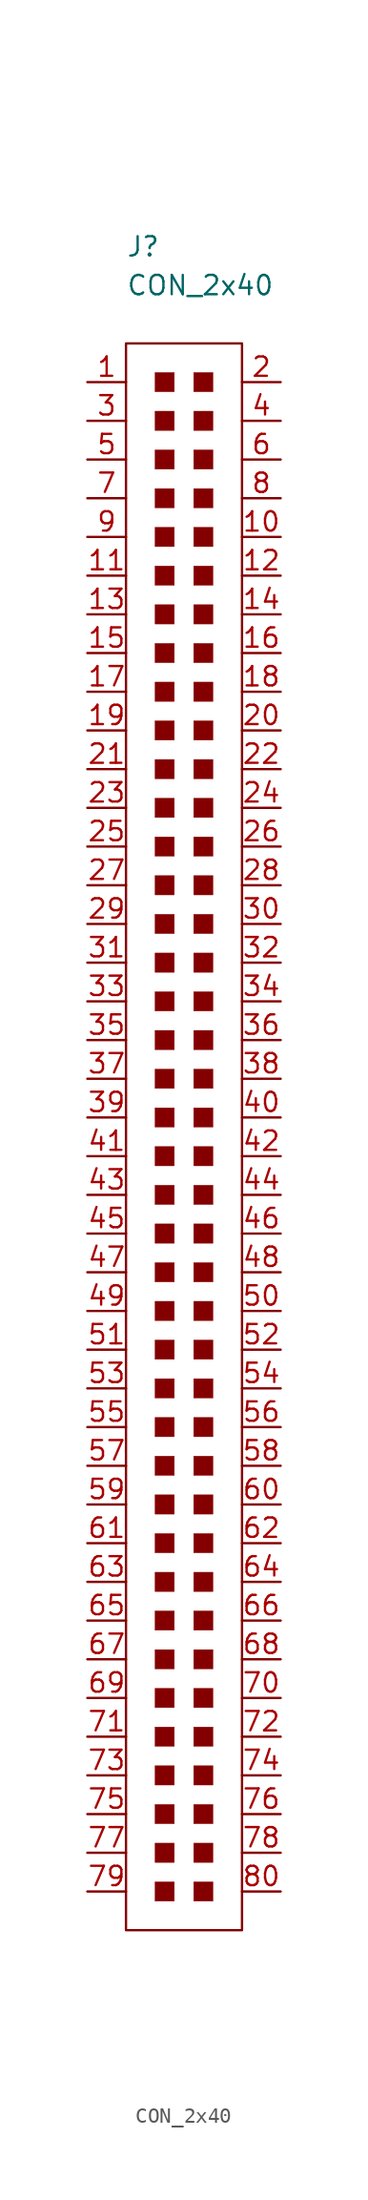
<source format=kicad_sym>
(kicad_symbol_lib
  (version 20211014)
  (generator kicad_symbol_editor)
  (symbol "CON_2x40"
    (pin_names
      (offset 1.016))
    (property "Reference" "J"
      (at -5.08 21.59 0)
      (effects (font (size 1.27 1.27)) (justify left)))
    (property "Value" "CON_2x40"
      (at -5.08 19.05 0)
      (effects (font (size 1.27 1.27)) (justify left)))
    (symbol "CON_2x40_0_1"
      (rectangle (start -5.08 15.24) (end 2.54 -88.9) (stroke (width 0.152) (type default) (color 0 0 0 0)) (fill (type none)))
      (rectangle (start -3.175 -85.725) (end -1.905 -86.995) (stroke (width 0.001) (type default) (color 0 0 0 0)) (fill (type outline)))
      (rectangle (start -3.175 -83.185) (end -1.905 -84.455) (stroke (width 0.001) (type default) (color 0 0 0 0)) (fill (type outline)))
      (rectangle (start -3.175 -80.645) (end -1.905 -81.915) (stroke (width 0.001) (type default) (color 0 0 0 0)) (fill (type outline)))
      (rectangle (start -3.175 -78.105) (end -1.905 -79.375) (stroke (width 0.001) (type default) (color 0 0 0 0)) (fill (type outline)))
      (rectangle (start -3.175 -75.565) (end -1.905 -76.835) (stroke (width 0.001) (type default) (color 0 0 0 0)) (fill (type outline)))
      (rectangle (start -3.175 -73.025) (end -1.905 -74.295) (stroke (width 0.001) (type default) (color 0 0 0 0)) (fill (type outline)))
      (rectangle (start -3.175 -70.485) (end -1.905 -71.755) (stroke (width 0.001) (type default) (color 0 0 0 0)) (fill (type outline)))
      (rectangle (start -3.175 -67.945) (end -1.905 -69.215) (stroke (width 0.001) (type default) (color 0 0 0 0)) (fill (type outline)))
      (rectangle (start -3.175 -65.405) (end -1.905 -66.675) (stroke (width 0.001) (type default) (color 0 0 0 0)) (fill (type outline)))
      (rectangle (start -3.175 -62.865) (end -1.905 -64.135) (stroke (width 0.001) (type default) (color 0 0 0 0)) (fill (type outline)))
      (rectangle (start -3.175 -60.325) (end -1.905 -61.595) (stroke (width 0.001) (type default) (color 0 0 0 0)) (fill (type outline)))
      (rectangle (start -3.175 -57.785) (end -1.905 -59.055) (stroke (width 0.001) (type default) (color 0 0 0 0)) (fill (type outline)))
      (rectangle (start -3.175 -55.245) (end -1.905 -56.515) (stroke (width 0.001) (type default) (color 0 0 0 0)) (fill (type outline)))
      (rectangle (start -3.175 -52.705) (end -1.905 -53.975) (stroke (width 0.001) (type default) (color 0 0 0 0)) (fill (type outline)))
      (rectangle (start -3.175 -50.165) (end -1.905 -51.435) (stroke (width 0.001) (type default) (color 0 0 0 0)) (fill (type outline)))
      (rectangle (start -3.175 -47.625) (end -1.905 -48.895) (stroke (width 0.001) (type default) (color 0 0 0 0)) (fill (type outline)))
      (rectangle (start -3.175 -45.085) (end -1.905 -46.355) (stroke (width 0.001) (type default) (color 0 0 0 0)) (fill (type outline)))
      (rectangle (start -3.175 -42.545) (end -1.905 -43.815) (stroke (width 0.001) (type default) (color 0 0 0 0)) (fill (type outline)))
      (rectangle (start -3.175 -40.005) (end -1.905 -41.275) (stroke (width 0.001) (type default) (color 0 0 0 0)) (fill (type outline)))
      (rectangle (start -3.175 -37.465) (end -1.905 -38.735) (stroke (width 0.001) (type default) (color 0 0 0 0)) (fill (type outline)))
      (rectangle (start -3.175 -34.925) (end -1.905 -36.195) (stroke (width 0.001) (type default) (color 0 0 0 0)) (fill (type outline)))
      (rectangle (start -3.175 -32.385) (end -1.905 -33.655) (stroke (width 0.001) (type default) (color 0 0 0 0)) (fill (type outline)))
      (rectangle (start -3.175 -29.845) (end -1.905 -31.115) (stroke (width 0.001) (type default) (color 0 0 0 0)) (fill (type outline)))
      (rectangle (start -3.175 -27.305) (end -1.905 -28.575) (stroke (width 0.001) (type default) (color 0 0 0 0)) (fill (type outline)))
      (rectangle (start -3.175 -24.765) (end -1.905 -26.035) (stroke (width 0.001) (type default) (color 0 0 0 0)) (fill (type outline)))
      (rectangle (start -3.175 -22.225) (end -1.905 -23.495) (stroke (width 0.001) (type default) (color 0 0 0 0)) (fill (type outline)))
      (rectangle (start -3.175 -19.685) (end -1.905 -20.955) (stroke (width 0.001) (type default) (color 0 0 0 0)) (fill (type outline)))
      (rectangle (start -3.175 -17.145) (end -1.905 -18.415) (stroke (width 0.001) (type default) (color 0 0 0 0)) (fill (type outline)))
      (rectangle (start -3.175 -14.605) (end -1.905 -15.875) (stroke (width 0.001) (type default) (color 0 0 0 0)) (fill (type outline)))
      (rectangle (start -3.175 -12.065) (end -1.905 -13.335) (stroke (width 0.001) (type default) (color 0 0 0 0)) (fill (type outline)))
      (rectangle (start -3.175 -9.525) (end -1.905 -10.795) (stroke (width 0.001) (type default) (color 0 0 0 0)) (fill (type outline)))
      (rectangle (start -3.175 -6.985) (end -1.905 -8.255) (stroke (width 0.001) (type default) (color 0 0 0 0)) (fill (type outline)))
      (rectangle (start -3.175 -4.445) (end -1.905 -5.715) (stroke (width 0.001) (type default) (color 0 0 0 0)) (fill (type outline)))
      (rectangle (start -3.175 -1.905) (end -1.905 -3.175) (stroke (width 0.001) (type default) (color 0 0 0 0)) (fill (type outline)))
      (rectangle (start -3.175 0.635) (end -1.905 -0.635) (stroke (width 0.001) (type default) (color 0 0 0 0)) (fill (type outline)))
      (rectangle (start -3.175 3.175) (end -1.905 1.905) (stroke (width 0.001) (type default) (color 0 0 0 0)) (fill (type outline)))
      (rectangle (start -3.175 5.715) (end -1.905 4.445) (stroke (width 0.001) (type default) (color 0 0 0 0)) (fill (type outline)))
      (rectangle (start -3.175 8.255) (end -1.905 6.985) (stroke (width 0.001) (type default) (color 0 0 0 0)) (fill (type outline)))
      (rectangle (start -3.175 10.795) (end -1.905 9.525) (stroke (width 0.001) (type default) (color 0 0 0 0)) (fill (type outline)))
      (rectangle (start -3.175 13.335) (end -1.905 12.065) (stroke (width 0.001) (type default) (color 0 0 0 0)) (fill (type outline)))
      (rectangle (start -0.635 -85.725) (end 0.635 -86.995) (stroke (width 0.001) (type default) (color 0 0 0 0)) (fill (type outline)))
      (rectangle (start -0.635 -83.185) (end 0.635 -84.455) (stroke (width 0.001) (type default) (color 0 0 0 0)) (fill (type outline)))
      (rectangle (start -0.635 -80.645) (end 0.635 -81.915) (stroke (width 0.001) (type default) (color 0 0 0 0)) (fill (type outline)))
      (rectangle (start -0.635 -78.105) (end 0.635 -79.375) (stroke (width 0.001) (type default) (color 0 0 0 0)) (fill (type outline)))
      (rectangle (start -0.635 -75.565) (end 0.635 -76.835) (stroke (width 0.001) (type default) (color 0 0 0 0)) (fill (type outline)))
      (rectangle (start -0.635 -73.025) (end 0.635 -74.295) (stroke (width 0.001) (type default) (color 0 0 0 0)) (fill (type outline)))
      (rectangle (start -0.635 -70.485) (end 0.635 -71.755) (stroke (width 0.001) (type default) (color 0 0 0 0)) (fill (type outline)))
      (rectangle (start -0.635 -67.945) (end 0.635 -69.215) (stroke (width 0.001) (type default) (color 0 0 0 0)) (fill (type outline)))
      (rectangle (start -0.635 -65.405) (end 0.635 -66.675) (stroke (width 0.001) (type default) (color 0 0 0 0)) (fill (type outline)))
      (rectangle (start -0.635 -62.865) (end 0.635 -64.135) (stroke (width 0.001) (type default) (color 0 0 0 0)) (fill (type outline)))
      (rectangle (start -0.635 -60.325) (end 0.635 -61.595) (stroke (width 0.001) (type default) (color 0 0 0 0)) (fill (type outline)))
      (rectangle (start -0.635 -57.785) (end 0.635 -59.055) (stroke (width 0.001) (type default) (color 0 0 0 0)) (fill (type outline)))
      (rectangle (start -0.635 -55.245) (end 0.635 -56.515) (stroke (width 0.001) (type default) (color 0 0 0 0)) (fill (type outline)))
      (rectangle (start -0.635 -52.705) (end 0.635 -53.975) (stroke (width 0.001) (type default) (color 0 0 0 0)) (fill (type outline)))
      (rectangle (start -0.635 -50.165) (end 0.635 -51.435) (stroke (width 0.001) (type default) (color 0 0 0 0)) (fill (type outline)))
      (rectangle (start -0.635 -47.625) (end 0.635 -48.895) (stroke (width 0.001) (type default) (color 0 0 0 0)) (fill (type outline)))
      (rectangle (start -0.635 -45.085) (end 0.635 -46.355) (stroke (width 0.001) (type default) (color 0 0 0 0)) (fill (type outline)))
      (rectangle (start -0.635 -42.545) (end 0.635 -43.815) (stroke (width 0.001) (type default) (color 0 0 0 0)) (fill (type outline)))
      (rectangle (start -0.635 -40.005) (end 0.635 -41.275) (stroke (width 0.001) (type default) (color 0 0 0 0)) (fill (type outline)))
      (rectangle (start -0.635 -37.465) (end 0.635 -38.735) (stroke (width 0.001) (type default) (color 0 0 0 0)) (fill (type outline)))
      (rectangle (start -0.635 -34.925) (end 0.635 -36.195) (stroke (width 0.001) (type default) (color 0 0 0 0)) (fill (type outline)))
      (rectangle (start -0.635 -32.385) (end 0.635 -33.655) (stroke (width 0.001) (type default) (color 0 0 0 0)) (fill (type outline)))
      (rectangle (start -0.635 -29.845) (end 0.635 -31.115) (stroke (width 0.001) (type default) (color 0 0 0 0)) (fill (type outline)))
      (rectangle (start -0.635 -27.305) (end 0.635 -28.575) (stroke (width 0.001) (type default) (color 0 0 0 0)) (fill (type outline)))
      (rectangle (start -0.635 -24.765) (end 0.635 -26.035) (stroke (width 0.001) (type default) (color 0 0 0 0)) (fill (type outline)))
      (rectangle (start -0.635 -22.225) (end 0.635 -23.495) (stroke (width 0.001) (type default) (color 0 0 0 0)) (fill (type outline)))
      (rectangle (start -0.635 -19.685) (end 0.635 -20.955) (stroke (width 0.001) (type default) (color 0 0 0 0)) (fill (type outline)))
      (rectangle (start -0.635 -17.145) (end 0.635 -18.415) (stroke (width 0.001) (type default) (color 0 0 0 0)) (fill (type outline)))
      (rectangle (start -0.635 -14.605) (end 0.635 -15.875) (stroke (width 0.001) (type default) (color 0 0 0 0)) (fill (type outline)))
      (rectangle (start -0.635 -12.065) (end 0.635 -13.335) (stroke (width 0.001) (type default) (color 0 0 0 0)) (fill (type outline)))
      (rectangle (start -0.635 -9.525) (end 0.635 -10.795) (stroke (width 0.001) (type default) (color 0 0 0 0)) (fill (type outline)))
      (rectangle (start -0.635 -6.985) (end 0.635 -8.255) (stroke (width 0.001) (type default) (color 0 0 0 0)) (fill (type outline)))
      (rectangle (start -0.635 -4.445) (end 0.635 -5.715) (stroke (width 0.001) (type default) (color 0 0 0 0)) (fill (type outline)))
      (rectangle (start -0.635 -1.905) (end 0.635 -3.175) (stroke (width 0.001) (type default) (color 0 0 0 0)) (fill (type outline)))
      (rectangle (start -0.635 0.635) (end 0.635 -0.635) (stroke (width 0.001) (type default) (color 0 0 0 0)) (fill (type outline)))
      (rectangle (start -0.635 3.175) (end 0.635 1.905) (stroke (width 0.001) (type default) (color 0 0 0 0)) (fill (type outline)))
      (rectangle (start -0.635 5.715) (end 0.635 4.445) (stroke (width 0.001) (type default) (color 0 0 0 0)) (fill (type outline)))
      (rectangle (start -0.635 8.255) (end 0.635 6.985) (stroke (width 0.001) (type default) (color 0 0 0 0)) (fill (type outline)))
      (rectangle (start -0.635 10.795) (end 0.635 9.525) (stroke (width 0.001) (type default) (color 0 0 0 0)) (fill (type outline)))
      (rectangle (start -0.635 13.335) (end 0.635 12.065) (stroke (width 0.001) (type default) (color 0 0 0 0)) (fill (type outline))))
    (symbol "CON_2x40_1_1"
      (pin passive line (at -7.62 12.7 0) (length 2.54) (name "~" (effects (font (size 1.27 1.27)))) (number "1" (effects (font (size 1.27 1.27)))))
      (pin passive line (at 5.08 2.54 180) (length 2.54) (name "~" (effects (font (size 1.27 1.27)))) (number "10" (effects (font (size 1.27 1.27)))))
      (pin passive line (at -7.62 0 0) (length 2.54) (name "~" (effects (font (size 1.27 1.27)))) (number "11" (effects (font (size 1.27 1.27)))))
      (pin passive line (at 5.08 0 180) (length 2.54) (name "~" (effects (font (size 1.27 1.27)))) (number "12" (effects (font (size 1.27 1.27)))))
      (pin passive line (at -7.62 -2.54 0) (length 2.54) (name "~" (effects (font (size 1.27 1.27)))) (number "13" (effects (font (size 1.27 1.27)))))
      (pin passive line (at 5.08 -2.54 180) (length 2.54) (name "~" (effects (font (size 1.27 1.27)))) (number "14" (effects (font (size 1.27 1.27)))))
      (pin passive line (at -7.62 -5.08 0) (length 2.54) (name "~" (effects (font (size 1.27 1.27)))) (number "15" (effects (font (size 1.27 1.27)))))
      (pin passive line (at 5.08 -5.08 180) (length 2.54) (name "~" (effects (font (size 1.27 1.27)))) (number "16" (effects (font (size 1.27 1.27)))))
      (pin passive line (at -7.62 -7.62 0) (length 2.54) (name "~" (effects (font (size 1.27 1.27)))) (number "17" (effects (font (size 1.27 1.27)))))
      (pin passive line (at 5.08 -7.62 180) (length 2.54) (name "~" (effects (font (size 1.27 1.27)))) (number "18" (effects (font (size 1.27 1.27)))))
      (pin passive line (at -7.62 -10.16 0) (length 2.54) (name "~" (effects (font (size 1.27 1.27)))) (number "19" (effects (font (size 1.27 1.27)))))
      (pin passive line (at 5.08 12.7 180) (length 2.54) (name "~" (effects (font (size 1.27 1.27)))) (number "2" (effects (font (size 1.27 1.27)))))
      (pin passive line (at 5.08 -10.16 180) (length 2.54) (name "~" (effects (font (size 1.27 1.27)))) (number "20" (effects (font (size 1.27 1.27)))))
      (pin passive line (at -7.62 -12.7 0) (length 2.54) (name "~" (effects (font (size 1.27 1.27)))) (number "21" (effects (font (size 1.27 1.27)))))
      (pin passive line (at 5.08 -12.7 180) (length 2.54) (name "~" (effects (font (size 1.27 1.27)))) (number "22" (effects (font (size 1.27 1.27)))))
      (pin passive line (at -7.62 -15.24 0) (length 2.54) (name "~" (effects (font (size 1.27 1.27)))) (number "23" (effects (font (size 1.27 1.27)))))
      (pin passive line (at 5.08 -15.24 180) (length 2.54) (name "~" (effects (font (size 1.27 1.27)))) (number "24" (effects (font (size 1.27 1.27)))))
      (pin passive line (at -7.62 -17.78 0) (length 2.54) (name "~" (effects (font (size 1.27 1.27)))) (number "25" (effects (font (size 1.27 1.27)))))
      (pin passive line (at 5.08 -17.78 180) (length 2.54) (name "~" (effects (font (size 1.27 1.27)))) (number "26" (effects (font (size 1.27 1.27)))))
      (pin passive line (at -7.62 -20.32 0) (length 2.54) (name "~" (effects (font (size 1.27 1.27)))) (number "27" (effects (font (size 1.27 1.27)))))
      (pin passive line (at 5.08 -20.32 180) (length 2.54) (name "~" (effects (font (size 1.27 1.27)))) (number "28" (effects (font (size 1.27 1.27)))))
      (pin passive line (at -7.62 -22.86 0) (length 2.54) (name "~" (effects (font (size 1.27 1.27)))) (number "29" (effects (font (size 1.27 1.27)))))
      (pin passive line (at -7.62 10.16 0) (length 2.54) (name "~" (effects (font (size 1.27 1.27)))) (number "3" (effects (font (size 1.27 1.27)))))
      (pin passive line (at 5.08 -22.86 180) (length 2.54) (name "~" (effects (font (size 1.27 1.27)))) (number "30" (effects (font (size 1.27 1.27)))))
      (pin passive line (at -7.62 -25.4 0) (length 2.54) (name "~" (effects (font (size 1.27 1.27)))) (number "31" (effects (font (size 1.27 1.27)))))
      (pin passive line (at 5.08 -25.4 180) (length 2.54) (name "~" (effects (font (size 1.27 1.27)))) (number "32" (effects (font (size 1.27 1.27)))))
      (pin passive line (at -7.62 -27.94 0) (length 2.54) (name "~" (effects (font (size 1.27 1.27)))) (number "33" (effects (font (size 1.27 1.27)))))
      (pin passive line (at 5.08 -27.94 180) (length 2.54) (name "~" (effects (font (size 1.27 1.27)))) (number "34" (effects (font (size 1.27 1.27)))))
      (pin passive line (at -7.62 -30.48 0) (length 2.54) (name "~" (effects (font (size 1.27 1.27)))) (number "35" (effects (font (size 1.27 1.27)))))
      (pin passive line (at 5.08 -30.48 180) (length 2.54) (name "~" (effects (font (size 1.27 1.27)))) (number "36" (effects (font (size 1.27 1.27)))))
      (pin passive line (at -7.62 -33.02 0) (length 2.54) (name "~" (effects (font (size 1.27 1.27)))) (number "37" (effects (font (size 1.27 1.27)))))
      (pin passive line (at 5.08 -33.02 180) (length 2.54) (name "~" (effects (font (size 1.27 1.27)))) (number "38" (effects (font (size 1.27 1.27)))))
      (pin passive line (at -7.62 -35.56 0) (length 2.54) (name "~" (effects (font (size 1.27 1.27)))) (number "39" (effects (font (size 1.27 1.27)))))
      (pin passive line (at 5.08 10.16 180) (length 2.54) (name "~" (effects (font (size 1.27 1.27)))) (number "4" (effects (font (size 1.27 1.27)))))
      (pin passive line (at 5.08 -35.56 180) (length 2.54) (name "~" (effects (font (size 1.27 1.27)))) (number "40" (effects (font (size 1.27 1.27)))))
      (pin passive line (at -7.62 -38.1 0) (length 2.54) (name "~" (effects (font (size 1.27 1.27)))) (number "41" (effects (font (size 1.27 1.27)))))
      (pin passive line (at 5.08 -38.1 180) (length 2.54) (name "~" (effects (font (size 1.27 1.27)))) (number "42" (effects (font (size 1.27 1.27)))))
      (pin passive line (at -7.62 -40.64 0) (length 2.54) (name "~" (effects (font (size 1.27 1.27)))) (number "43" (effects (font (size 1.27 1.27)))))
      (pin passive line (at 5.08 -40.64 180) (length 2.54) (name "~" (effects (font (size 1.27 1.27)))) (number "44" (effects (font (size 1.27 1.27)))))
      (pin passive line (at -7.62 -43.18 0) (length 2.54) (name "~" (effects (font (size 1.27 1.27)))) (number "45" (effects (font (size 1.27 1.27)))))
      (pin passive line (at 5.08 -43.18 180) (length 2.54) (name "~" (effects (font (size 1.27 1.27)))) (number "46" (effects (font (size 1.27 1.27)))))
      (pin passive line (at -7.62 -45.72 0) (length 2.54) (name "~" (effects (font (size 1.27 1.27)))) (number "47" (effects (font (size 1.27 1.27)))))
      (pin passive line (at 5.08 -45.72 180) (length 2.54) (name "~" (effects (font (size 1.27 1.27)))) (number "48" (effects (font (size 1.27 1.27)))))
      (pin passive line (at -7.62 -48.26 0) (length 2.54) (name "~" (effects (font (size 1.27 1.27)))) (number "49" (effects (font (size 1.27 1.27)))))
      (pin passive line (at -7.62 7.62 0) (length 2.54) (name "~" (effects (font (size 1.27 1.27)))) (number "5" (effects (font (size 1.27 1.27)))))
      (pin passive line (at 5.08 -48.26 180) (length 2.54) (name "~" (effects (font (size 1.27 1.27)))) (number "50" (effects (font (size 1.27 1.27)))))
      (pin passive line (at -7.62 -50.8 0) (length 2.54) (name "~" (effects (font (size 1.27 1.27)))) (number "51" (effects (font (size 1.27 1.27)))))
      (pin passive line (at 5.08 -50.8 180) (length 2.54) (name "~" (effects (font (size 1.27 1.27)))) (number "52" (effects (font (size 1.27 1.27)))))
      (pin passive line (at -7.62 -53.34 0) (length 2.54) (name "~" (effects (font (size 1.27 1.27)))) (number "53" (effects (font (size 1.27 1.27)))))
      (pin passive line (at 5.08 -53.34 180) (length 2.54) (name "~" (effects (font (size 1.27 1.27)))) (number "54" (effects (font (size 1.27 1.27)))))
      (pin passive line (at -7.62 -55.88 0) (length 2.54) (name "~" (effects (font (size 1.27 1.27)))) (number "55" (effects (font (size 1.27 1.27)))))
      (pin passive line (at 5.08 -55.88 180) (length 2.54) (name "~" (effects (font (size 1.27 1.27)))) (number "56" (effects (font (size 1.27 1.27)))))
      (pin passive line (at -7.62 -58.42 0) (length 2.54) (name "~" (effects (font (size 1.27 1.27)))) (number "57" (effects (font (size 1.27 1.27)))))
      (pin passive line (at 5.08 -58.42 180) (length 2.54) (name "~" (effects (font (size 1.27 1.27)))) (number "58" (effects (font (size 1.27 1.27)))))
      (pin passive line (at -7.62 -60.96 0) (length 2.54) (name "~" (effects (font (size 1.27 1.27)))) (number "59" (effects (font (size 1.27 1.27)))))
      (pin passive line (at 5.08 7.62 180) (length 2.54) (name "~" (effects (font (size 1.27 1.27)))) (number "6" (effects (font (size 1.27 1.27)))))
      (pin passive line (at 5.08 -60.96 180) (length 2.54) (name "~" (effects (font (size 1.27 1.27)))) (number "60" (effects (font (size 1.27 1.27)))))
      (pin passive line (at -7.62 -63.5 0) (length 2.54) (name "~" (effects (font (size 1.27 1.27)))) (number "61" (effects (font (size 1.27 1.27)))))
      (pin passive line (at 5.08 -63.5 180) (length 2.54) (name "~" (effects (font (size 1.27 1.27)))) (number "62" (effects (font (size 1.27 1.27)))))
      (pin passive line (at -7.62 -66.04 0) (length 2.54) (name "~" (effects (font (size 1.27 1.27)))) (number "63" (effects (font (size 1.27 1.27)))))
      (pin passive line (at 5.08 -66.04 180) (length 2.54) (name "~" (effects (font (size 1.27 1.27)))) (number "64" (effects (font (size 1.27 1.27)))))
      (pin passive line (at -7.62 -68.58 0) (length 2.54) (name "~" (effects (font (size 1.27 1.27)))) (number "65" (effects (font (size 1.27 1.27)))))
      (pin passive line (at 5.08 -68.58 180) (length 2.54) (name "~" (effects (font (size 1.27 1.27)))) (number "66" (effects (font (size 1.27 1.27)))))
      (pin passive line (at -7.62 -71.12 0) (length 2.54) (name "~" (effects (font (size 1.27 1.27)))) (number "67" (effects (font (size 1.27 1.27)))))
      (pin passive line (at 5.08 -71.12 180) (length 2.54) (name "~" (effects (font (size 1.27 1.27)))) (number "68" (effects (font (size 1.27 1.27)))))
      (pin passive line (at -7.62 -73.66 0) (length 2.54) (name "~" (effects (font (size 1.27 1.27)))) (number "69" (effects (font (size 1.27 1.27)))))
      (pin passive line (at -7.62 5.08 0) (length 2.54) (name "~" (effects (font (size 1.27 1.27)))) (number "7" (effects (font (size 1.27 1.27)))))
      (pin passive line (at 5.08 -73.66 180) (length 2.54) (name "~" (effects (font (size 1.27 1.27)))) (number "70" (effects (font (size 1.27 1.27)))))
      (pin passive line (at -7.62 -76.2 0) (length 2.54) (name "~" (effects (font (size 1.27 1.27)))) (number "71" (effects (font (size 1.27 1.27)))))
      (pin passive line (at 5.08 -76.2 180) (length 2.54) (name "~" (effects (font (size 1.27 1.27)))) (number "72" (effects (font (size 1.27 1.27)))))
      (pin passive line (at -7.62 -78.74 0) (length 2.54) (name "~" (effects (font (size 1.27 1.27)))) (number "73" (effects (font (size 1.27 1.27)))))
      (pin passive line (at 5.08 -78.74 180) (length 2.54) (name "~" (effects (font (size 1.27 1.27)))) (number "74" (effects (font (size 1.27 1.27)))))
      (pin passive line (at -7.62 -81.28 0) (length 2.54) (name "~" (effects (font (size 1.27 1.27)))) (number "75" (effects (font (size 1.27 1.27)))))
      (pin passive line (at 5.08 -81.28 180) (length 2.54) (name "~" (effects (font (size 1.27 1.27)))) (number "76" (effects (font (size 1.27 1.27)))))
      (pin passive line (at -7.62 -83.82 0) (length 2.54) (name "~" (effects (font (size 1.27 1.27)))) (number "77" (effects (font (size 1.27 1.27)))))
      (pin passive line (at 5.08 -83.82 180) (length 2.54) (name "~" (effects (font (size 1.27 1.27)))) (number "78" (effects (font (size 1.27 1.27)))))
      (pin passive line (at -7.62 -86.36 0) (length 2.54) (name "~" (effects (font (size 1.27 1.27)))) (number "79" (effects (font (size 1.27 1.27)))))
      (pin passive line (at 5.08 5.08 180) (length 2.54) (name "~" (effects (font (size 1.27 1.27)))) (number "8" (effects (font (size 1.27 1.27)))))
      (pin passive line (at 5.08 -86.36 180) (length 2.54) (name "~" (effects (font (size 1.27 1.27)))) (number "80" (effects (font (size 1.27 1.27)))))
      (pin passive line (at -7.62 2.54 0) (length 2.54) (name "~" (effects (font (size 1.27 1.27)))) (number "9" (effects (font (size 1.27 1.27))))))))
</source>
